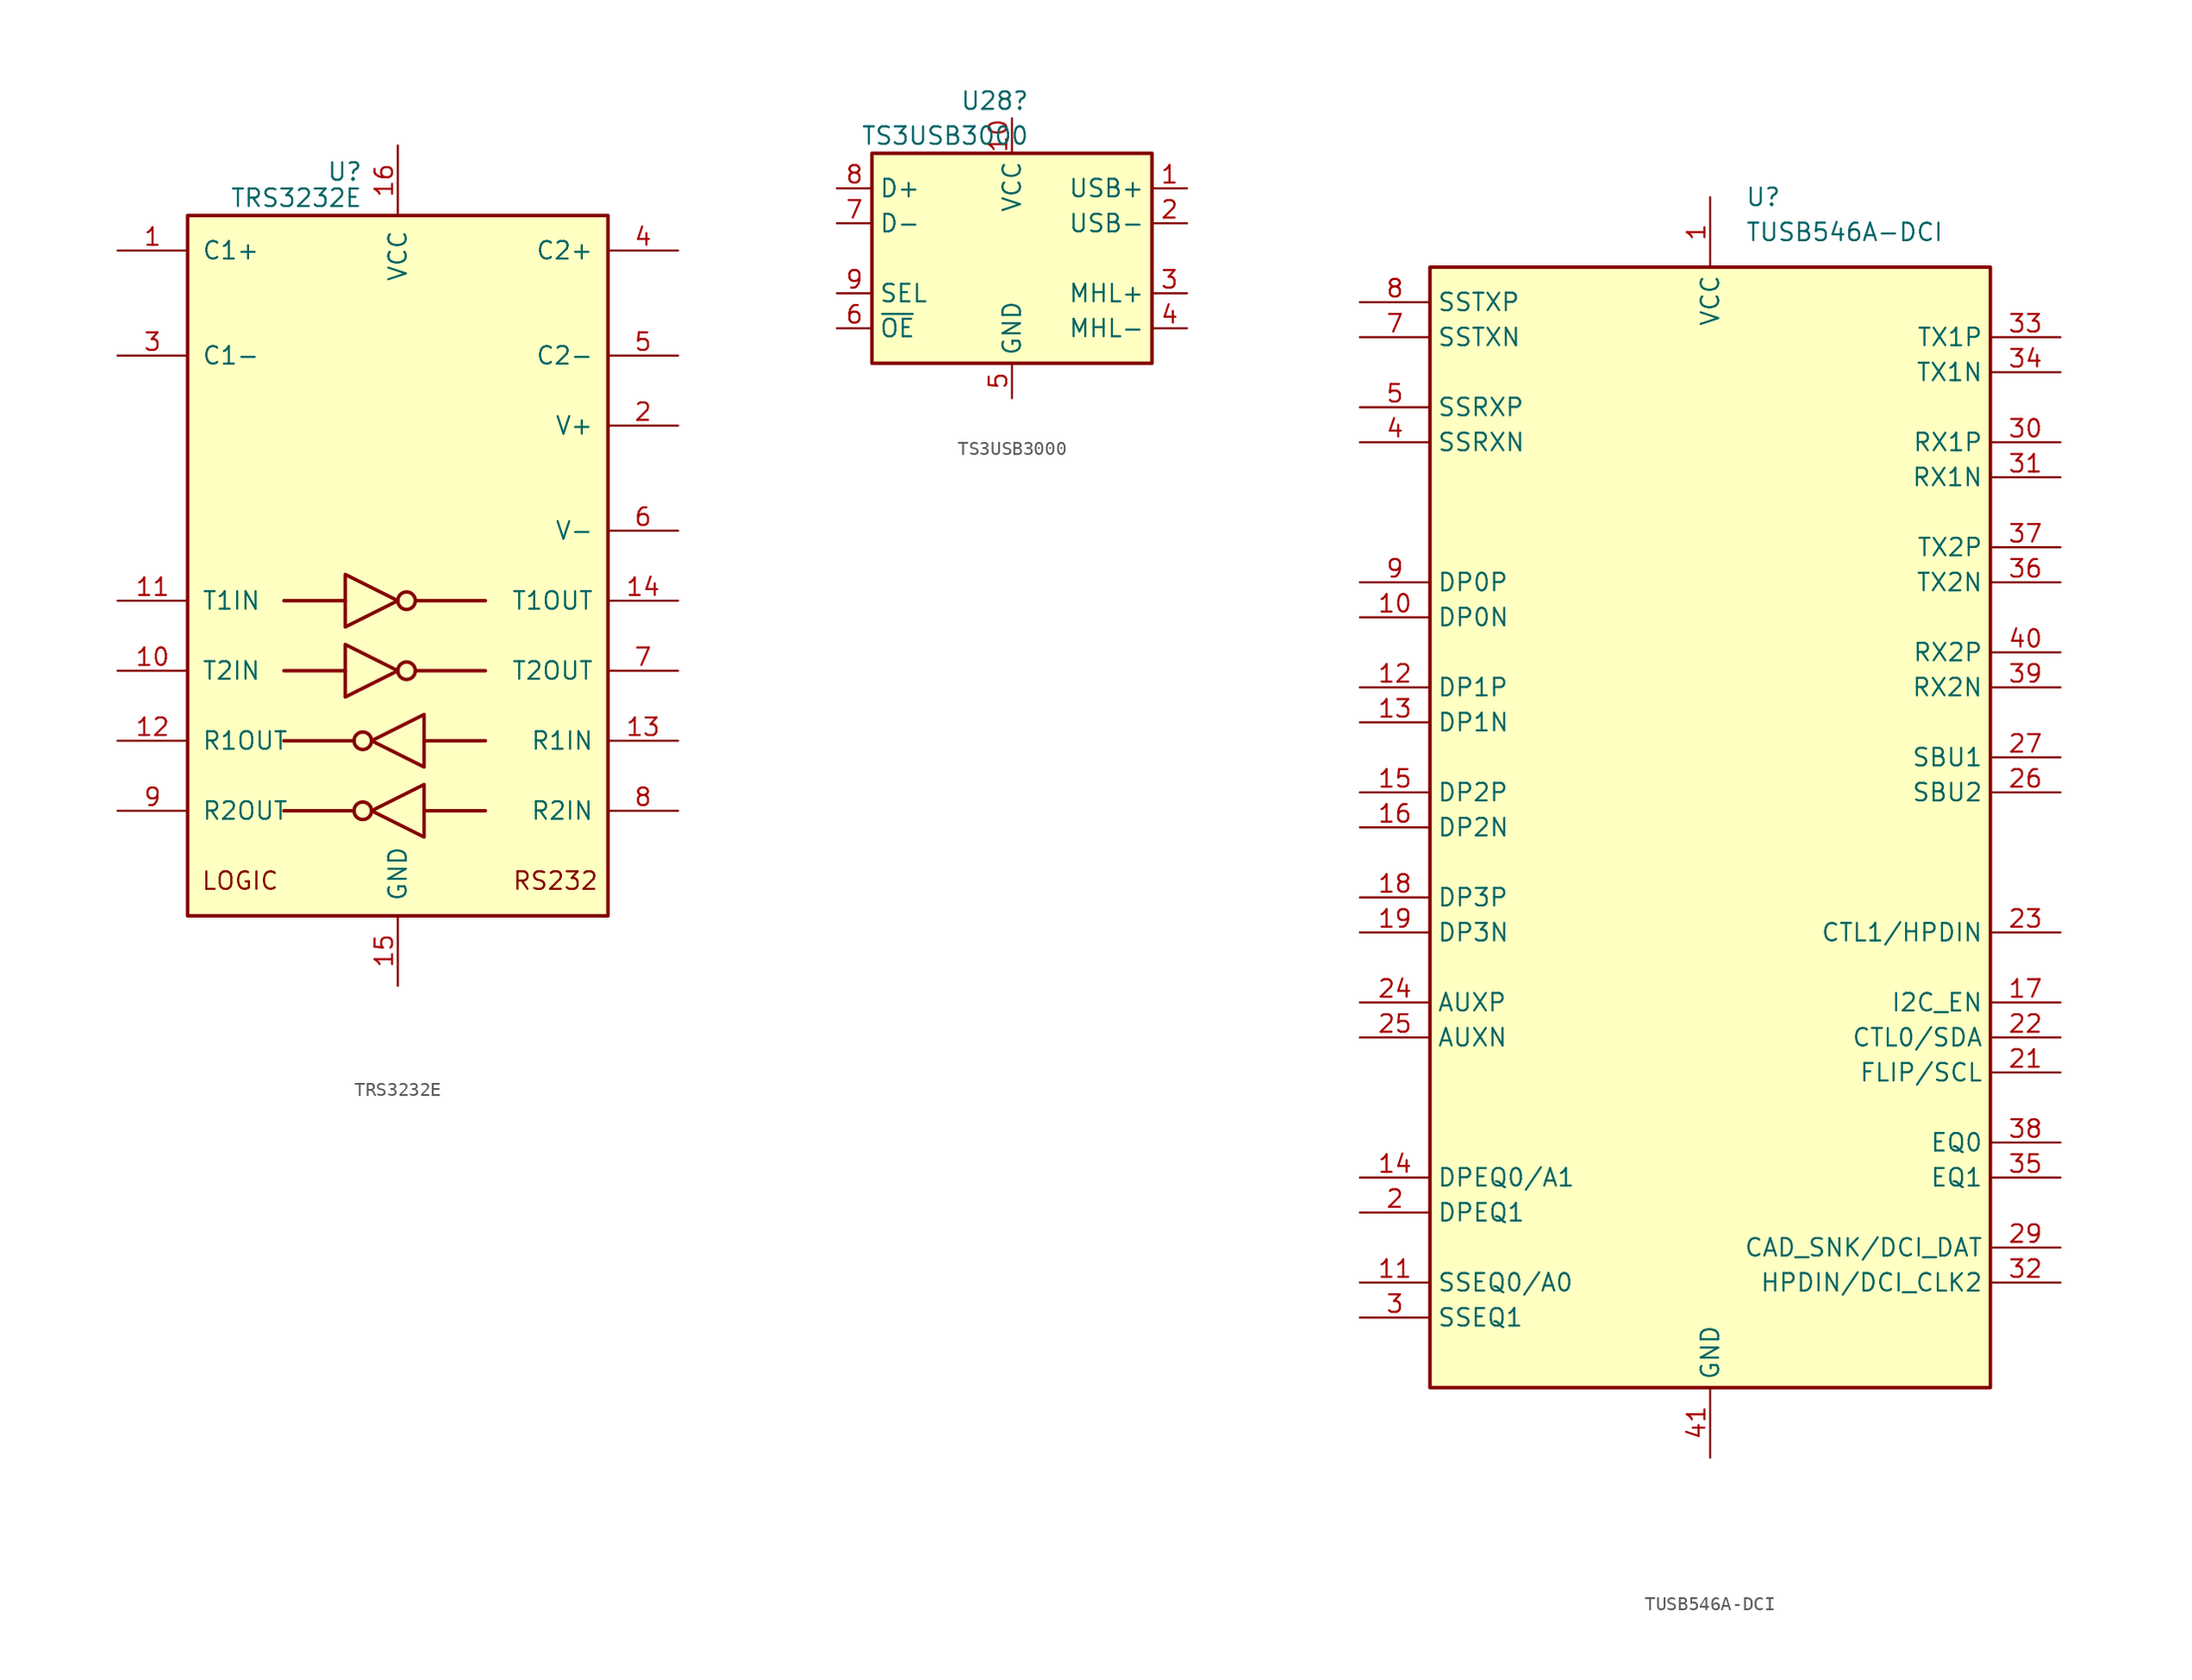
<source format=kicad_sym>
(kicad_symbol_lib
  (version 20220914)
  (generator kicad_symbol_editor)
  (symbol "TRS3232E"
    (pin_names
      (offset 1.016))
    (property "Reference" "U"
      (at -2.54 28.575 0)
      (effects (font (size 1.27 1.27)) (justify right)))
    (property "Value" "TRS3232E"
      (at -2.54 26.67 0)
      (effects (font (size 1.27 1.27)) (justify right)))
    (symbol "TRS3232E_0_0"
      (text "LOGIC" (at -11.43 -22.86 0) (effects (font (size 1.27 1.27))))
      (text "RS232" (at 11.43 -22.86 0) (effects (font (size 1.27 1.27)))))
    (symbol "TRS3232E_0_1"
      (rectangle (start -15.24 -25.4) (end 15.24 25.4) (stroke (width 0.254) (type default)) (fill (type background)))
      (circle (center -2.54 -17.78) (radius 0.635) (stroke (width 0.254) (type default)) (fill (type none)))
      (circle (center -2.54 -12.7) (radius 0.635) (stroke (width 0.254) (type default)) (fill (type none)))
      (polyline (pts (xy -3.81 -7.62) (xy -8.255 -7.62)) (stroke (width 0.254) (type default)) (fill (type none)))
      (polyline (pts (xy -3.81 -2.54) (xy -8.255 -2.54)) (stroke (width 0.254) (type default)) (fill (type none)))
      (polyline (pts (xy -3.175 -17.78) (xy -8.255 -17.78)) (stroke (width 0.254) (type default)) (fill (type none)))
      (polyline (pts (xy -3.175 -12.7) (xy -8.255 -12.7)) (stroke (width 0.254) (type default)) (fill (type none)))
      (polyline (pts (xy 1.27 -7.62) (xy 6.35 -7.62)) (stroke (width 0.254) (type default)) (fill (type none)))
      (polyline (pts (xy 1.27 -2.54) (xy 6.35 -2.54)) (stroke (width 0.254) (type default)) (fill (type none)))
      (polyline (pts (xy 1.905 -17.78) (xy 6.35 -17.78)) (stroke (width 0.254) (type default)) (fill (type none)))
      (polyline (pts (xy 1.905 -12.7) (xy 6.35 -12.7)) (stroke (width 0.254) (type default)) (fill (type none)))
      (polyline (pts (xy -3.81 -5.715) (xy -3.81 -9.525) (xy 0 -7.62) (xy -3.81 -5.715)) (stroke (width 0.254) (type default)) (fill (type none)))
      (polyline (pts (xy -3.81 -0.635) (xy -3.81 -4.445) (xy 0 -2.54) (xy -3.81 -0.635)) (stroke (width 0.254) (type default)) (fill (type none)))
      (polyline (pts (xy 1.905 -15.875) (xy 1.905 -19.685) (xy -1.905 -17.78) (xy 1.905 -15.875)) (stroke (width 0.254) (type default)) (fill (type none)))
      (polyline (pts (xy 1.905 -10.795) (xy 1.905 -14.605) (xy -1.905 -12.7) (xy 1.905 -10.795)) (stroke (width 0.254) (type default)) (fill (type none)))
      (circle (center 0.635 -7.62) (radius 0.635) (stroke (width 0.254) (type default)) (fill (type none)))
      (circle (center 0.635 -2.54) (radius 0.635) (stroke (width 0.254) (type default)) (fill (type none))))
    (symbol "TRS3232E_1_1"
      (pin passive line (at -20.32 22.86 0) (length 5.08) (name "C1+" (effects (font (size 1.27 1.27)))) (number "1" (effects (font (size 1.27 1.27)))))
      (pin input line (at -20.32 -7.62 0) (length 5.08) (name "T2IN" (effects (font (size 1.27 1.27)))) (number "10" (effects (font (size 1.27 1.27)))))
      (pin input line (at -20.32 -2.54 0) (length 5.08) (name "T1IN" (effects (font (size 1.27 1.27)))) (number "11" (effects (font (size 1.27 1.27)))))
      (pin output line (at -20.32 -12.7 0) (length 5.08) (name "R1OUT" (effects (font (size 1.27 1.27)))) (number "12" (effects (font (size 1.27 1.27)))))
      (pin input line (at 20.32 -12.7 180) (length 5.08) (name "R1IN" (effects (font (size 1.27 1.27)))) (number "13" (effects (font (size 1.27 1.27)))))
      (pin output line (at 20.32 -2.54 180) (length 5.08) (name "T1OUT" (effects (font (size 1.27 1.27)))) (number "14" (effects (font (size 1.27 1.27)))))
      (pin power_in line (at 0 -30.48 90) (length 5.08) (name "GND" (effects (font (size 1.27 1.27)))) (number "15" (effects (font (size 1.27 1.27)))))
      (pin power_in line (at 0 30.48 270) (length 5.08) (name "VCC" (effects (font (size 1.27 1.27)))) (number "16" (effects (font (size 1.27 1.27)))))
      (pin power_out line (at 20.32 10.16 180) (length 5.08) (name "V+" (effects (font (size 1.27 1.27)))) (number "2" (effects (font (size 1.27 1.27)))))
      (pin passive line (at -20.32 15.24 0) (length 5.08) (name "C1-" (effects (font (size 1.27 1.27)))) (number "3" (effects (font (size 1.27 1.27)))))
      (pin passive line (at 20.32 22.86 180) (length 5.08) (name "C2+" (effects (font (size 1.27 1.27)))) (number "4" (effects (font (size 1.27 1.27)))))
      (pin passive line (at 20.32 15.24 180) (length 5.08) (name "C2-" (effects (font (size 1.27 1.27)))) (number "5" (effects (font (size 1.27 1.27)))))
      (pin power_out line (at 20.32 2.54 180) (length 5.08) (name "V-" (effects (font (size 1.27 1.27)))) (number "6" (effects (font (size 1.27 1.27)))))
      (pin output line (at 20.32 -7.62 180) (length 5.08) (name "T2OUT" (effects (font (size 1.27 1.27)))) (number "7" (effects (font (size 1.27 1.27)))))
      (pin input line (at 20.32 -17.78 180) (length 5.08) (name "R2IN" (effects (font (size 1.27 1.27)))) (number "8" (effects (font (size 1.27 1.27)))))
      (pin output line (at -20.32 -17.78 0) (length 5.08) (name "R2OUT" (effects (font (size 1.27 1.27)))) (number "9" (effects (font (size 1.27 1.27)))))))
  (symbol "TS3USB3000"
    (property "Reference" "U28"
      (at 1.27 11.43 0)
      (effects (font (size 1.27 1.27)) (justify right)))
    (property "Value" "TS3USB3000 "
      (at 1.27 8.89 0)
      (effects (font (size 1.27 1.27)) (justify right)))
    (symbol "TS3USB3000_0_0"
      (pin bidirectional line (at 12.7 5.08 180) (length 2.54) (name "USB+" (effects (font (size 1.27 1.27)))) (number "1" (effects (font (size 1.27 1.27)))))
      (pin power_in line (at 0 10.16 270) (length 2.54) (name "VCC" (effects (font (size 1.27 1.27)))) (number "10" (effects (font (size 1.27 1.27)))))
      (pin bidirectional line (at 12.7 2.54 180) (length 2.54) (name "USB-" (effects (font (size 1.27 1.27)))) (number "2" (effects (font (size 1.27 1.27)))))
      (pin bidirectional line (at 12.7 -2.54 180) (length 2.54) (name "MHL+" (effects (font (size 1.27 1.27)))) (number "3" (effects (font (size 1.27 1.27)))))
      (pin bidirectional line (at 12.7 -5.08 180) (length 2.54) (name "MHL-" (effects (font (size 1.27 1.27)))) (number "4" (effects (font (size 1.27 1.27)))))
      (pin power_in line (at 0 -10.16 90) (length 2.54) (name "GND" (effects (font (size 1.27 1.27)))) (number "5" (effects (font (size 1.27 1.27)))))
      (pin input line (at -12.7 -5.08 0) (length 2.54) (name "~{OE}" (effects (font (size 1.27 1.27)))) (number "6" (effects (font (size 1.27 1.27)))))
      (pin bidirectional line (at -12.7 2.54 0) (length 2.54) (name "D-" (effects (font (size 1.27 1.27)))) (number "7" (effects (font (size 1.27 1.27)))))
      (pin bidirectional line (at -12.7 5.08 0) (length 2.54) (name "D+" (effects (font (size 1.27 1.27)))) (number "8" (effects (font (size 1.27 1.27)))))
      (pin input line (at -12.7 -2.54 0) (length 2.54) (name "SEL" (effects (font (size 1.27 1.27)))) (number "9" (effects (font (size 1.27 1.27))))))
    (symbol "TS3USB3000_0_1"
      (rectangle (start -10.16 7.62) (end 10.16 -7.62) (stroke (width 0.254) (type default)) (fill (type background)))))
  (symbol "TUSB546A-DCI"
    (property "Reference" "U"
      (at 2.54 45.72 0)
      (effects (font (size 1.27 1.27)) (justify left)))
    (property "Value" "TUSB546A-DCI"
      (at 2.54 43.18 0)
      (effects (font (size 1.27 1.27)) (justify left)))
    (symbol "TUSB546A-DCI_1_1"
      (rectangle (start -20.32 40.64) (end 20.32 -40.64) (stroke (width 0.254) (type default)) (fill (type background)))
      (pin power_in line (at 0 45.72 270) (length 5.08) (name "VCC" (effects (font (size 1.27 1.27)))) (number "1" (effects (font (size 1.27 1.27)))))
      (pin input line (at -25.4 15.24 0) (length 5.08) (name "DP0N" (effects (font (size 1.27 1.27)))) (number "10" (effects (font (size 1.27 1.27)))))
      (pin input line (at -25.4 -33.02 0) (length 5.08) (name "SSEQ0/A0" (effects (font (size 1.27 1.27)))) (number "11" (effects (font (size 1.27 1.27)))))
      (pin input line (at -25.4 10.16 0) (length 5.08) (name "DP1P" (effects (font (size 1.27 1.27)))) (number "12" (effects (font (size 1.27 1.27)))))
      (pin input line (at -25.4 7.62 0) (length 5.08) (name "DP1N" (effects (font (size 1.27 1.27)))) (number "13" (effects (font (size 1.27 1.27)))))
      (pin input line (at -25.4 -25.4 0) (length 5.08) (name "DPEQ0/A1" (effects (font (size 1.27 1.27)))) (number "14" (effects (font (size 1.27 1.27)))))
      (pin input line (at -25.4 2.54 0) (length 5.08) (name "DP2P" (effects (font (size 1.27 1.27)))) (number "15" (effects (font (size 1.27 1.27)))))
      (pin input line (at -25.4 0 0) (length 5.08) (name "DP2N" (effects (font (size 1.27 1.27)))) (number "16" (effects (font (size 1.27 1.27)))))
      (pin input line (at 25.4 -12.7 180) (length 5.08) (name "I2C_EN" (effects (font (size 1.27 1.27)))) (number "17" (effects (font (size 1.27 1.27)))))
      (pin input line (at -25.4 -5.08 0) (length 5.08) (name "DP3P" (effects (font (size 1.27 1.27)))) (number "18" (effects (font (size 1.27 1.27)))))
      (pin input line (at -25.4 -7.62 0) (length 5.08) (name "DP3N" (effects (font (size 1.27 1.27)))) (number "19" (effects (font (size 1.27 1.27)))))
      (pin input line (at -25.4 -27.94 0) (length 5.08) (name "DPEQ1" (effects (font (size 1.27 1.27)))) (number "2" (effects (font (size 1.27 1.27)))))
      (pin passive line (at 0 45.72 270) (length 5.08) hide (name "VCC" (effects (font (size 1.27 1.27)))) (number "20" (effects (font (size 1.27 1.27)))))
      (pin input line (at 25.4 -17.78 180) (length 5.08) (name "FLIP/SCL" (effects (font (size 1.27 1.27)))) (number "21" (effects (font (size 1.27 1.27)))))
      (pin input line (at 25.4 -15.24 180) (length 5.08) (name "CTL0/SDA" (effects (font (size 1.27 1.27)))) (number "22" (effects (font (size 1.27 1.27)))))
      (pin input line (at 25.4 -7.62 180) (length 5.08) (name "CTL1/HPDIN" (effects (font (size 1.27 1.27)))) (number "23" (effects (font (size 1.27 1.27)))))
      (pin bidirectional line (at -25.4 -12.7 0) (length 5.08) (name "AUXP" (effects (font (size 1.27 1.27)))) (number "24" (effects (font (size 1.27 1.27)))))
      (pin bidirectional line (at -25.4 -15.24 0) (length 5.08) (name "AUXN" (effects (font (size 1.27 1.27)))) (number "25" (effects (font (size 1.27 1.27)))))
      (pin bidirectional line (at 25.4 2.54 180) (length 5.08) (name "SBU2" (effects (font (size 1.27 1.27)))) (number "26" (effects (font (size 1.27 1.27)))))
      (pin bidirectional line (at 25.4 5.08 180) (length 5.08) (name "SBU1" (effects (font (size 1.27 1.27)))) (number "27" (effects (font (size 1.27 1.27)))))
      (pin passive line (at 0 45.72 270) (length 5.08) hide (name "VCC" (effects (font (size 1.27 1.27)))) (number "28" (effects (font (size 1.27 1.27)))))
      (pin bidirectional line (at 25.4 -30.48 180) (length 5.08) (name "CAD_SNK/DCI_DAT" (effects (font (size 1.27 1.27)))) (number "29" (effects (font (size 1.27 1.27)))))
      (pin input line (at -25.4 -35.56 0) (length 5.08) (name "SSEQ1" (effects (font (size 1.27 1.27)))) (number "3" (effects (font (size 1.27 1.27)))))
      (pin bidirectional line (at 25.4 27.94 180) (length 5.08) (name "RX1P" (effects (font (size 1.27 1.27)))) (number "30" (effects (font (size 1.27 1.27)))))
      (pin bidirectional line (at 25.4 25.4 180) (length 5.08) (name "RX1N" (effects (font (size 1.27 1.27)))) (number "31" (effects (font (size 1.27 1.27)))))
      (pin bidirectional line (at 25.4 -33.02 180) (length 5.08) (name "HPDIN/DCI_CLK2" (effects (font (size 1.27 1.27)))) (number "32" (effects (font (size 1.27 1.27)))))
      (pin output line (at 25.4 35.56 180) (length 5.08) (name "TX1P" (effects (font (size 1.27 1.27)))) (number "33" (effects (font (size 1.27 1.27)))))
      (pin output line (at 25.4 33.02 180) (length 5.08) (name "TX1N" (effects (font (size 1.27 1.27)))) (number "34" (effects (font (size 1.27 1.27)))))
      (pin input line (at 25.4 -25.4 180) (length 5.08) (name "EQ1" (effects (font (size 1.27 1.27)))) (number "35" (effects (font (size 1.27 1.27)))))
      (pin output line (at 25.4 17.78 180) (length 5.08) (name "TX2N" (effects (font (size 1.27 1.27)))) (number "36" (effects (font (size 1.27 1.27)))))
      (pin output line (at 25.4 20.32 180) (length 5.08) (name "TX2P" (effects (font (size 1.27 1.27)))) (number "37" (effects (font (size 1.27 1.27)))))
      (pin input line (at 25.4 -22.86 180) (length 5.08) (name "EQ0" (effects (font (size 1.27 1.27)))) (number "38" (effects (font (size 1.27 1.27)))))
      (pin bidirectional line (at 25.4 10.16 180) (length 5.08) (name "RX2N" (effects (font (size 1.27 1.27)))) (number "39" (effects (font (size 1.27 1.27)))))
      (pin output line (at -25.4 27.94 0) (length 5.08) (name "SSRXN" (effects (font (size 1.27 1.27)))) (number "4" (effects (font (size 1.27 1.27)))))
      (pin bidirectional line (at 25.4 12.7 180) (length 5.08) (name "RX2P" (effects (font (size 1.27 1.27)))) (number "40" (effects (font (size 1.27 1.27)))))
      (pin passive line (at 0 -45.72 90) (length 5.08) (name "GND" (effects (font (size 1.27 1.27)))) (number "41" (effects (font (size 1.27 1.27)))))
      (pin output line (at -25.4 30.48 0) (length 5.08) (name "SSRXP" (effects (font (size 1.27 1.27)))) (number "5" (effects (font (size 1.27 1.27)))))
      (pin passive line (at 0 45.72 270) (length 5.08) hide (name "VCC" (effects (font (size 1.27 1.27)))) (number "6" (effects (font (size 1.27 1.27)))))
      (pin input line (at -25.4 35.56 0) (length 5.08) (name "SSTXN" (effects (font (size 1.27 1.27)))) (number "7" (effects (font (size 1.27 1.27)))))
      (pin input line (at -25.4 38.1 0) (length 5.08) (name "SSTXP" (effects (font (size 1.27 1.27)))) (number "8" (effects (font (size 1.27 1.27)))))
      (pin input line (at -25.4 17.78 0) (length 5.08) (name "DP0P" (effects (font (size 1.27 1.27)))) (number "9" (effects (font (size 1.27 1.27))))))))
</source>
